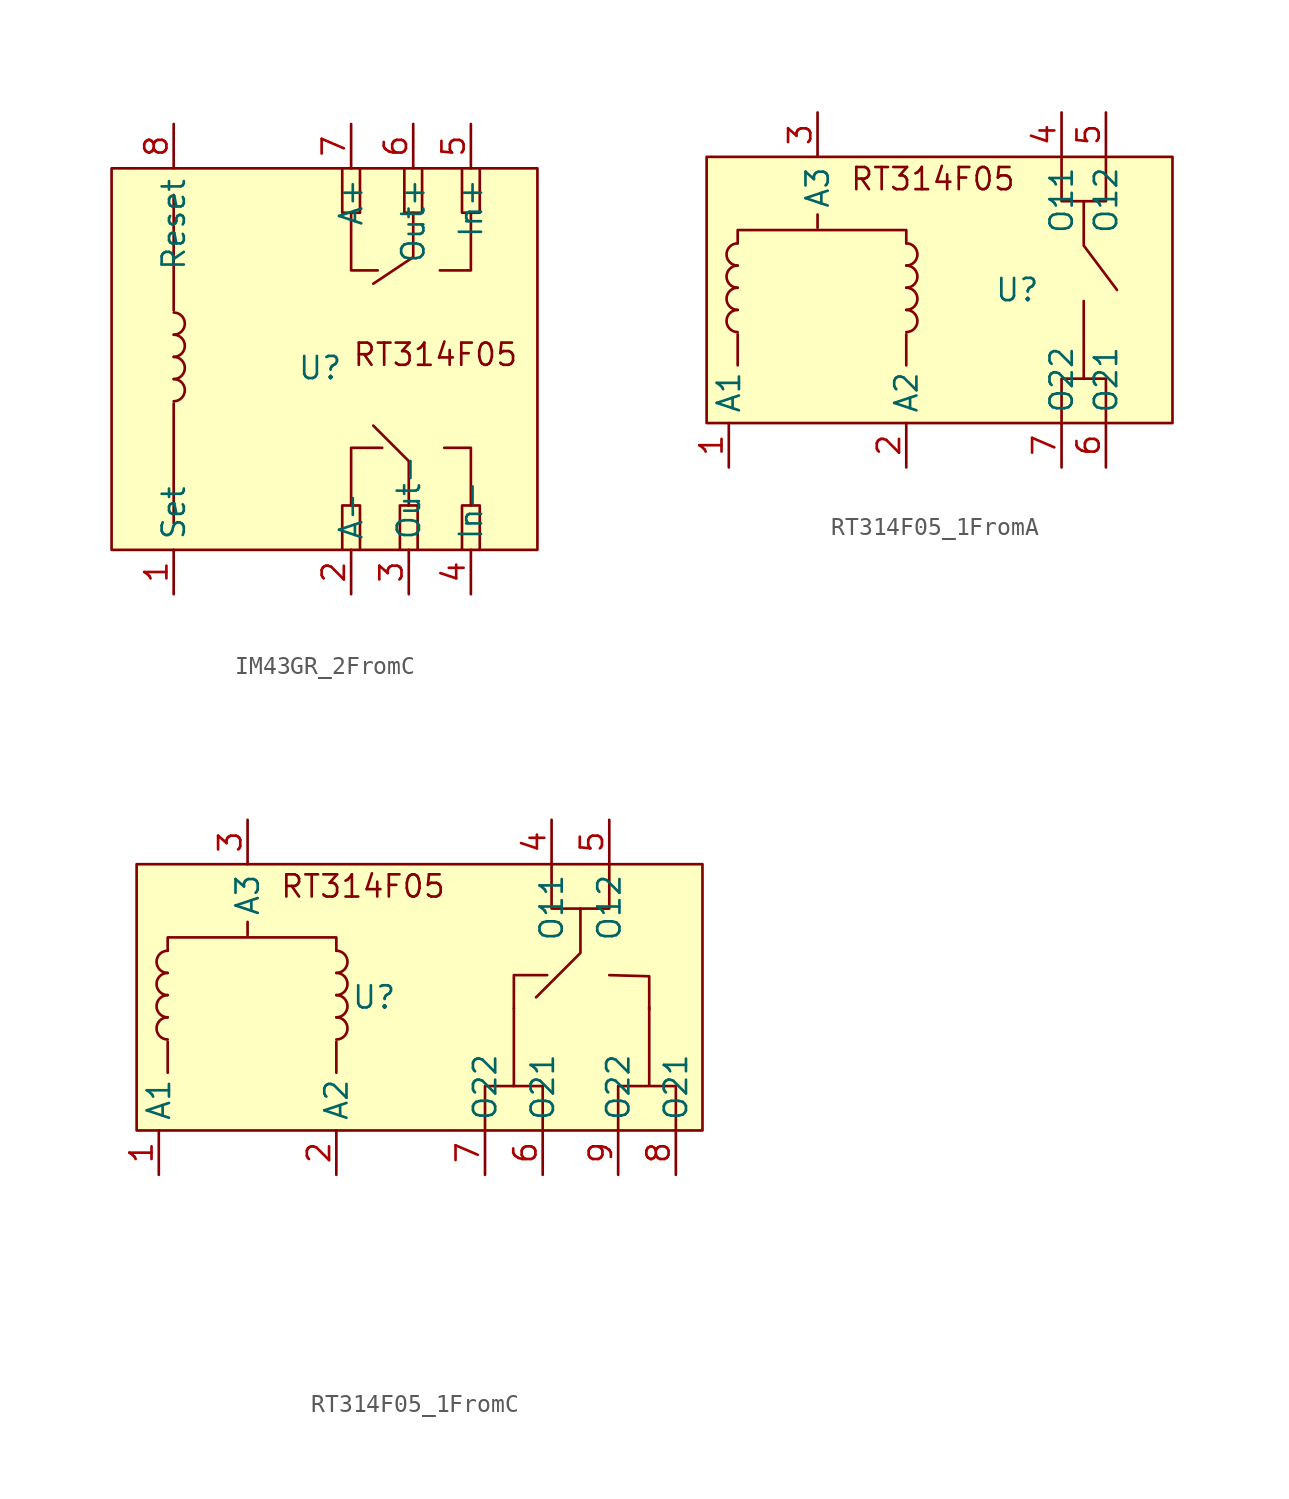
<source format=kicad_sym>
(kicad_symbol_lib
  (version 20241209)
  (generator "kicad_symbol_editor")
  (generator_version "9.0")
  (symbol "IM43GR_2FromC"
    (property "Reference" "U"
      (at 0 0.254 0)
      (effects (font (size 1.27 1.27))))
    (property "Value" ""
      (at -6.35 0 0)
      (effects (font (size 1.27 1.27))))
    (symbol "IM43GR_2FromC_0_1"
      (polyline (pts (xy -8.382 3.556) (xy -8.382 10.16)) (stroke (width 0) (type default)) (fill (type none)))
      (arc (start -8.3793 3.429) (mid -7.747 2.794) (end -8.3793 2.159) (stroke (width 0) (type default)) (fill (type none)))
      (arc (start -8.3793 2.159) (mid -7.747 1.524) (end -8.3793 0.889) (stroke (width 0) (type default)) (fill (type none)))
      (arc (start -8.3793 0.889) (mid -7.747 0.254) (end -8.3793 -0.381) (stroke (width 0) (type default)) (fill (type none)))
      (arc (start -8.3793 -0.381) (mid -7.747 -1.016) (end -8.3793 -1.651) (stroke (width 0) (type default)) (fill (type none)))
      (polyline (pts (xy -8.382 -1.778) (xy -8.382 -8.636)) (stroke (width 0) (type default)) (fill (type none)))
      (polyline (pts (xy 1.27 11.684) (xy 1.27 9.144) (xy 2.286 9.144) (xy 2.286 11.684)) (stroke (width 0) (type default)) (fill (type none)))
      (polyline (pts (xy 1.778 9.144) (xy 1.778 5.842) (xy 3.302 5.842)) (stroke (width 0) (type default)) (fill (type none)))
      (polyline (pts (xy 1.778 -7.62) (xy 1.778 -4.318) (xy 3.556 -4.318)) (stroke (width 0) (type default)) (fill (type none)))
      (polyline (pts (xy 2.286 -10.16) (xy 2.286 -7.62) (xy 1.27 -7.62) (xy 1.27 -10.16)) (stroke (width 0) (type default)) (fill (type none)))
      (polyline (pts (xy 4.826 11.684) (xy 4.826 9.144) (xy 5.842 9.144) (xy 5.842 11.684)) (stroke (width 0) (type default)) (fill (type none)))
      (polyline (pts (xy 5.08 -7.62) (xy 5.08 -5.08) (xy 3.048 -3.048)) (stroke (width 0) (type default)) (fill (type none)))
      (polyline (pts (xy 5.334 9.144) (xy 5.334 6.604) (xy 3.048 5.08)) (stroke (width 0) (type default)) (fill (type none)))
      (polyline (pts (xy 5.588 -10.16) (xy 5.588 -7.62) (xy 4.572 -7.62) (xy 4.572 -10.16)) (stroke (width 0) (type default)) (fill (type none)))
      (polyline (pts (xy 8.128 11.684) (xy 8.128 9.144) (xy 9.144 9.144) (xy 9.144 11.684)) (stroke (width 0) (type default)) (fill (type none)))
      (polyline (pts (xy 8.636 9.144) (xy 8.636 5.842) (xy 6.858 5.842)) (stroke (width 0) (type default)) (fill (type none)))
      (polyline (pts (xy 8.636 -7.62) (xy 8.636 -4.318) (xy 7.112 -4.318)) (stroke (width 0) (type default)) (fill (type none)))
      (polyline (pts (xy 9.144 -10.16) (xy 9.144 -7.62) (xy 8.128 -7.62) (xy 8.128 -10.16)) (stroke (width 0) (type default)) (fill (type none))))
    (symbol "IM43GR_2FromC_1_1"
      (rectangle (start -11.938 11.684) (end 12.446 -10.16) (stroke (width 0) (type solid)) (fill (type color) (color 255 255 194 1)))
      (text "RT314F05" (at 6.604 1.016 0) (effects (font (size 1.27 1.27))))
      (pin input line (at -8.382 14.224 270) (length 2.54) (name "Reset" (effects (font (size 1.27 1.27)))) (number "8" (effects (font (size 1.27 1.27)))))
      (pin input line (at -8.382 -12.7 90) (length 2.54) (name "Set" (effects (font (size 1.27 1.27)))) (number "1" (effects (font (size 1.27 1.27)))))
      (pin input line (at 1.778 14.224 270) (length 2.54) (name "A+" (effects (font (size 1.27 1.27)))) (number "7" (effects (font (size 1.27 1.27)))))
      (pin input line (at 1.778 -12.7 90) (length 2.54) (name "A-" (effects (font (size 1.27 1.27)))) (number "2" (effects (font (size 1.27 1.27)))))
      (pin input line (at 5.08 -12.7 90) (length 2.54) (name "Out-" (effects (font (size 1.27 1.27)))) (number "3" (effects (font (size 1.27 1.27)))))
      (pin input line (at 5.334 14.224 270) (length 2.54) (name "Out+" (effects (font (size 1.27 1.27)))) (number "6" (effects (font (size 1.27 1.27)))))
      (pin input line (at 8.636 14.224 270) (length 2.54) (name "In+" (effects (font (size 1.27 1.27)))) (number "5" (effects (font (size 1.27 1.27)))))
      (pin input line (at 8.636 -12.7 90) (length 2.54) (name "In-" (effects (font (size 1.27 1.27)))) (number "4" (effects (font (size 1.27 1.27)))))))
  (symbol "RT314F05_1FromA"
    (property "Reference" "U"
      (at 0 0 0)
      (effects (font (size 1.27 1.27))))
    (property "Value" ""
      (at 0 0 0)
      (effects (font (size 1.27 1.27))))
    (symbol "RT314F05_1FromA_0_1"
      (polyline (pts (xy -16.002 2.667) (xy -16.002 3.429) (xy -6.35 3.429) (xy -6.35 2.667)) (stroke (width 0) (type default)) (fill (type none)))
      (arc (start -16.0047 1.397) (mid -16.637 2.032) (end -16.0047 2.667) (stroke (width 0) (type default)) (fill (type none)))
      (arc (start -16.0047 0.127) (mid -16.637 0.762) (end -16.0047 1.397) (stroke (width 0) (type default)) (fill (type none)))
      (arc (start -16.0047 -1.143) (mid -16.637 -0.508) (end -16.0047 0.127) (stroke (width 0) (type default)) (fill (type none)))
      (arc (start -16.0047 -2.413) (mid -16.637 -1.778) (end -16.0047 -1.143) (stroke (width 0) (type default)) (fill (type none)))
      (polyline (pts (xy -16.002 -2.54) (xy -16.002 -4.318)) (stroke (width 0) (type default)) (fill (type none)))
      (polyline (pts (xy -11.43 3.556) (xy -11.43 4.318)) (stroke (width 0) (type default)) (fill (type none)))
      (arc (start -6.3473 2.667) (mid -5.715 2.032) (end -6.3473 1.397) (stroke (width 0) (type default)) (fill (type none)))
      (arc (start -6.3473 1.397) (mid -5.715 0.762) (end -6.3473 0.127) (stroke (width 0) (type default)) (fill (type none)))
      (arc (start -6.3473 0.127) (mid -5.715 -0.508) (end -6.3473 -1.143) (stroke (width 0) (type default)) (fill (type none)))
      (arc (start -6.3473 -1.143) (mid -5.715 -1.778) (end -6.3473 -2.413) (stroke (width 0) (type default)) (fill (type none)))
      (polyline (pts (xy -6.35 -2.54) (xy -6.35 -4.318)) (stroke (width 0) (type default)) (fill (type none)))
      (polyline (pts (xy 2.54 7.62) (xy 2.54 5.08) (xy 5.08 5.08) (xy 5.08 7.62)) (stroke (width 0) (type default)) (fill (type none)))
      (polyline (pts (xy 2.54 -7.62) (xy 2.54 -5.08) (xy 5.08 -5.08) (xy 5.08 -7.62)) (stroke (width 0) (type default)) (fill (type none)))
      (polyline (pts (xy 3.81 5.08) (xy 3.81 2.54) (xy 5.715 0)) (stroke (width 0) (type default)) (fill (type none)))
      (polyline (pts (xy 3.81 -5.08) (xy 3.81 -0.635)) (stroke (width 0) (type default)) (fill (type none))))
    (symbol "RT314F05_1FromA_1_1"
      (rectangle (start -17.78 7.62) (end 8.89 -7.62) (stroke (width 0) (type solid)) (fill (type color) (color 255 255 194 1)))
      (text "RT314F05" (at -4.826 6.35 0) (effects (font (size 1.27 1.27))))
      (pin input line (at -16.51 -10.16 90) (length 2.54) (name "A1" (effects (font (size 1.27 1.27)))) (number "1" (effects (font (size 1.27 1.27)))))
      (pin input line (at -11.43 10.16 270) (length 2.54) (name "A3" (effects (font (size 1.27 1.27)))) (number "3" (effects (font (size 1.27 1.27)))))
      (pin input line (at -6.35 -10.16 90) (length 2.54) (name "A2" (effects (font (size 1.27 1.27)))) (number "2" (effects (font (size 1.27 1.27)))))
      (pin input line (at 2.54 10.16 270) (length 2.54) (name "O11" (effects (font (size 1.27 1.27)))) (number "4" (effects (font (size 1.27 1.27)))))
      (pin input line (at 2.54 -10.16 90) (length 2.54) (name "O22" (effects (font (size 1.27 1.27)))) (number "7" (effects (font (size 1.27 1.27)))))
      (pin input line (at 5.08 10.16 270) (length 2.54) (name "O12" (effects (font (size 1.27 1.27)))) (number "5" (effects (font (size 1.27 1.27)))))
      (pin input line (at 5.08 -10.16 90) (length 2.54) (name "O21" (effects (font (size 1.27 1.27)))) (number "6" (effects (font (size 1.27 1.27)))))))
  (symbol "RT314F05_1FromC"
    (property "Reference" "U"
      (at -2.032 0 0)
      (effects (font (size 1.27 1.27))))
    (property "Value" ""
      (at 7.239 -19.05 0)
      (effects (font (size 1.27 1.27))))
    (symbol "RT314F05_1FromC_0_1"
      (polyline (pts (xy -13.843 2.667) (xy -13.843 3.429) (xy -4.191 3.429) (xy -4.191 2.667)) (stroke (width 0) (type default)) (fill (type none)))
      (arc (start -13.8457 1.397) (mid -14.478 2.032) (end -13.8457 2.667) (stroke (width 0) (type default)) (fill (type none)))
      (arc (start -13.8457 0.127) (mid -14.478 0.762) (end -13.8457 1.397) (stroke (width 0) (type default)) (fill (type none)))
      (arc (start -13.8457 -1.143) (mid -14.478 -0.508) (end -13.8457 0.127) (stroke (width 0) (type default)) (fill (type none)))
      (arc (start -13.8457 -2.413) (mid -14.478 -1.778) (end -13.8457 -1.143) (stroke (width 0) (type default)) (fill (type none)))
      (polyline (pts (xy -13.843 -2.54) (xy -13.843 -4.318)) (stroke (width 0) (type default)) (fill (type none)))
      (polyline (pts (xy -9.271 3.556) (xy -9.271 4.318)) (stroke (width 0) (type default)) (fill (type none)))
      (arc (start -4.1883 2.667) (mid -3.556 2.032) (end -4.1883 1.397) (stroke (width 0) (type default)) (fill (type none)))
      (arc (start -4.1883 1.397) (mid -3.556 0.762) (end -4.1883 0.127) (stroke (width 0) (type default)) (fill (type none)))
      (arc (start -4.1883 0.127) (mid -3.556 -0.508) (end -4.1883 -1.143) (stroke (width 0) (type default)) (fill (type none)))
      (arc (start -4.1883 -1.143) (mid -3.556 -1.778) (end -4.1883 -2.413) (stroke (width 0) (type default)) (fill (type none)))
      (polyline (pts (xy -4.191 -2.54) (xy -4.191 -4.318)) (stroke (width 0) (type default)) (fill (type none)))
      (polyline (pts (xy 4.318 -7.62) (xy 4.318 -5.08) (xy 7.62 -5.08) (xy 7.62 -7.62)) (stroke (width 0) (type default)) (fill (type none)))
      (polyline (pts (xy 5.969 -0.635) (xy 5.969 1.27) (xy 7.874 1.27)) (stroke (width 0) (type default)) (fill (type none)))
      (polyline (pts (xy 5.969 -5.08) (xy 5.969 -0.635)) (stroke (width 0) (type default)) (fill (type none)))
      (polyline (pts (xy 8.128 7.62) (xy 8.128 5.08) (xy 11.43 5.08) (xy 11.43 7.62)) (stroke (width 0) (type default)) (fill (type none)))
      (polyline (pts (xy 9.779 5.08) (xy 9.779 2.54) (xy 7.239 0)) (stroke (width 0) (type default)) (fill (type none)))
      (polyline (pts (xy 11.938 -7.62) (xy 11.938 -5.08) (xy 15.24 -5.08) (xy 15.24 -7.62)) (stroke (width 0) (type default)) (fill (type none)))
      (polyline (pts (xy 13.716 -0.699) (xy 13.716 1.206) (xy 11.43 1.27)) (stroke (width 0) (type default)) (fill (type none)))
      (polyline (pts (xy 13.716 -5.016) (xy 13.716 -0.571)) (stroke (width 0) (type default)) (fill (type none))))
    (symbol "RT314F05_1FromC_1_1"
      (rectangle (start -15.621 7.62) (end 16.764 -7.62) (stroke (width 0) (type solid)) (fill (type color) (color 255 255 194 1)))
      (text "RT314F05" (at -2.667 6.35 0) (effects (font (size 1.27 1.27))))
      (pin input line (at -14.351 -10.16 90) (length 2.54) (name "A1" (effects (font (size 1.27 1.27)))) (number "1" (effects (font (size 1.27 1.27)))))
      (pin input line (at -9.271 10.16 270) (length 2.54) (name "A3" (effects (font (size 1.27 1.27)))) (number "3" (effects (font (size 1.27 1.27)))))
      (pin input line (at -4.191 -10.16 90) (length 2.54) (name "A2" (effects (font (size 1.27 1.27)))) (number "2" (effects (font (size 1.27 1.27)))))
      (pin input line (at 4.318 -10.16 90) (length 2.54) (name "O22" (effects (font (size 1.27 1.27)))) (number "7" (effects (font (size 1.27 1.27)))))
      (pin input line (at 7.62 -10.16 90) (length 2.54) (name "O21" (effects (font (size 1.27 1.27)))) (number "6" (effects (font (size 1.27 1.27)))))
      (pin input line (at 8.128 10.16 270) (length 2.54) (name "O11" (effects (font (size 1.27 1.27)))) (number "4" (effects (font (size 1.27 1.27)))))
      (pin input line (at 11.43 10.16 270) (length 2.54) (name "O12" (effects (font (size 1.27 1.27)))) (number "5" (effects (font (size 1.27 1.27)))))
      (pin input line (at 11.938 -10.16 90) (length 2.54) (name "O22" (effects (font (size 1.27 1.27)))) (number "9" (effects (font (size 1.27 1.27)))))
      (pin input line (at 15.24 -10.16 90) (length 2.54) (name "O21" (effects (font (size 1.27 1.27)))) (number "8" (effects (font (size 1.27 1.27))))))))
</source>
